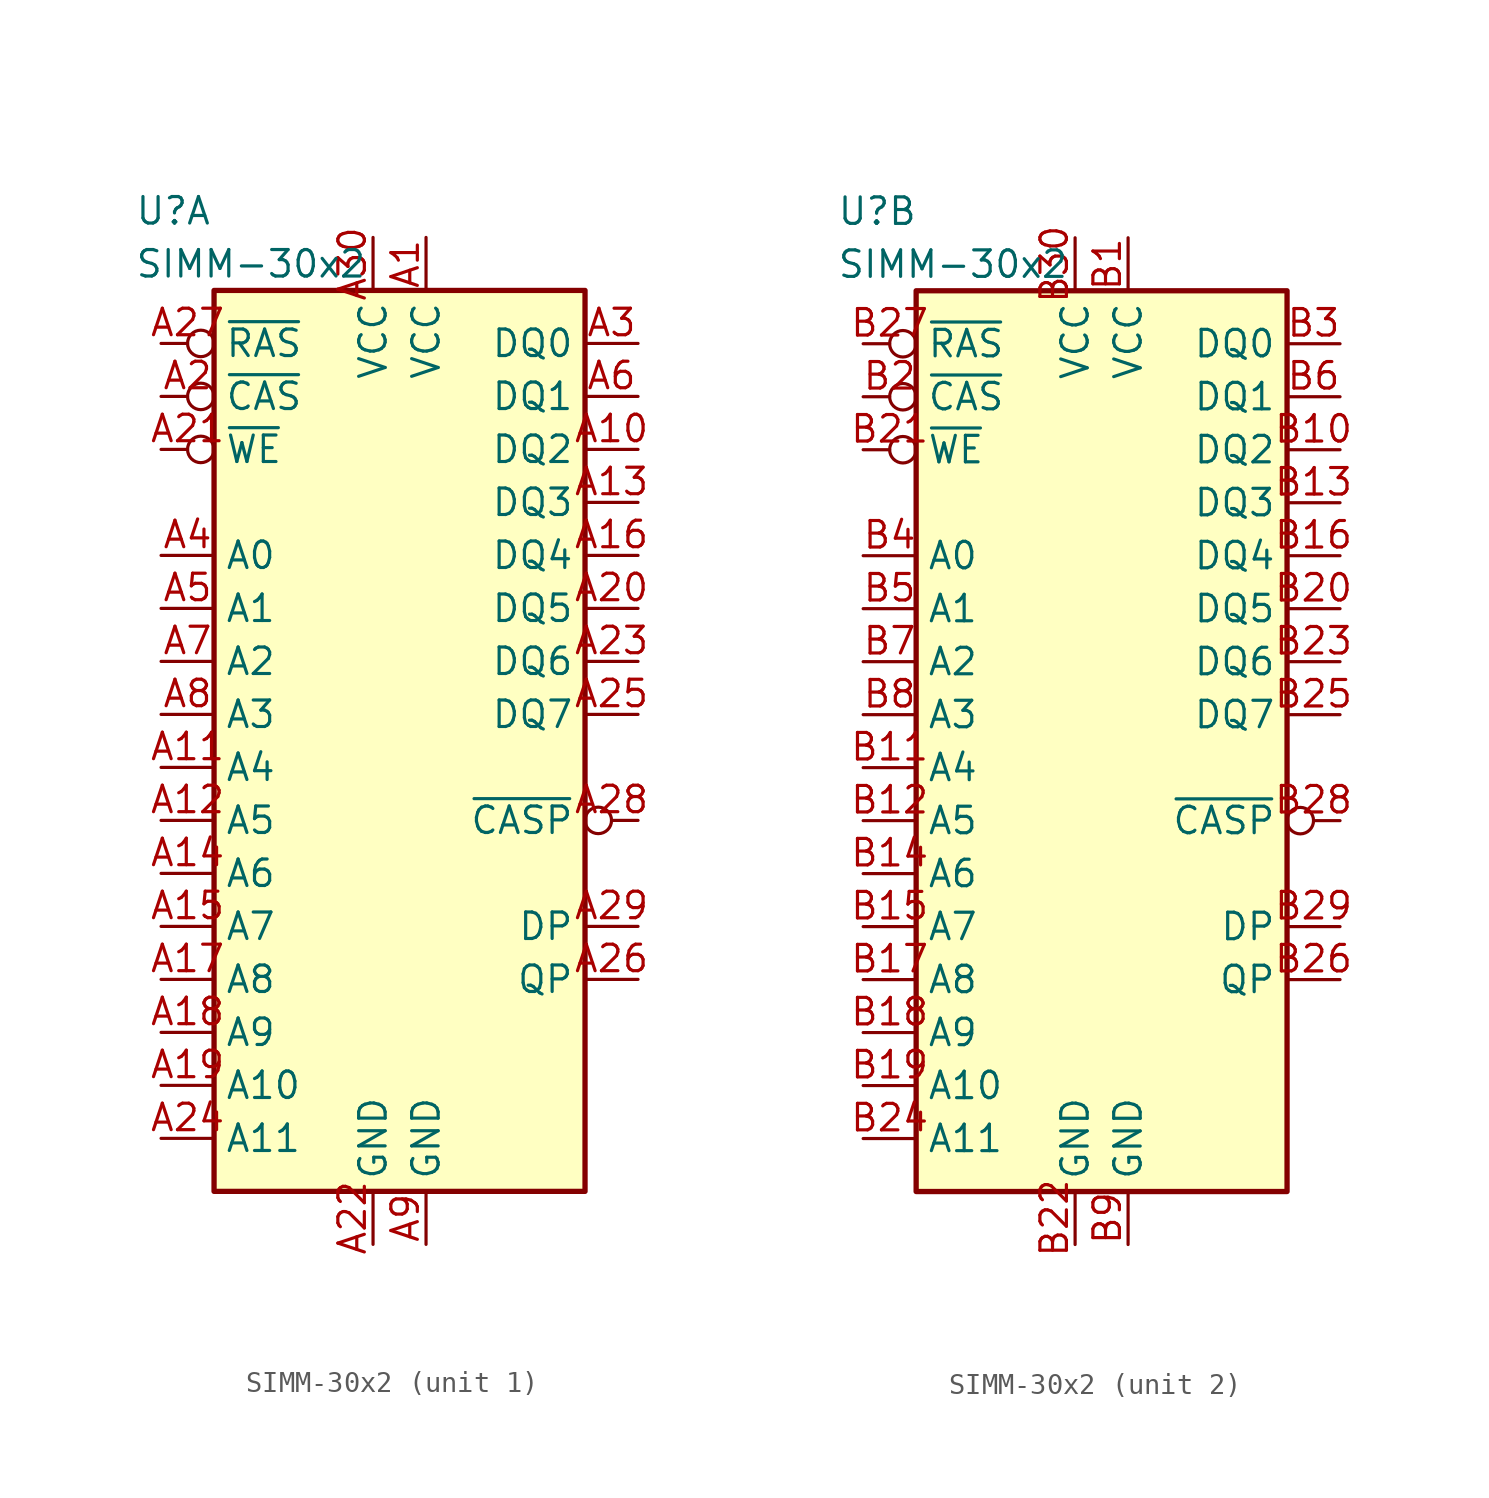
<source format=kicad_sym>
(kicad_symbol_lib
  (version 20220914)
  (generator kicad_symbol_editor)
  (symbol "SIMM-30x2"
    (property "Reference" "U"
      (at -11.43 24.13 0)
      (effects (font (size 1.27 1.27)) (justify left)))
    (property "Value" "SIMM-30x2"
      (at -11.43 21.59 0)
      (effects (font (size 1.27 1.27)) (justify left)))
    (symbol "SIMM-30x2_0_1"
      (rectangle (start -7.62 20.32) (end 10.16 -22.86) (stroke (width 0.254) (type default)) (fill (type background))))
    (symbol "SIMM-30x2_1_0"
      (pin power_in line (at 2.54 22.86 270) (length 2.54) (name "VCC" (effects (font (size 1.27 1.27)))) (number "A1" (effects (font (size 1.27 1.27)))))
      (pin bidirectional line (at 12.7 12.7 180) (length 2.54) (name "DQ2" (effects (font (size 1.27 1.27)))) (number "A10" (effects (font (size 1.27 1.27)))))
      (pin input line (at -10.16 -2.54 0) (length 2.54) (name "A4" (effects (font (size 1.27 1.27)))) (number "A11" (effects (font (size 1.27 1.27)))))
      (pin input line (at -10.16 -5.08 0) (length 2.54) (name "A5" (effects (font (size 1.27 1.27)))) (number "A12" (effects (font (size 1.27 1.27)))))
      (pin bidirectional line (at 12.7 10.16 180) (length 2.54) (name "DQ3" (effects (font (size 1.27 1.27)))) (number "A13" (effects (font (size 1.27 1.27)))))
      (pin input line (at -10.16 -7.62 0) (length 2.54) (name "A6" (effects (font (size 1.27 1.27)))) (number "A14" (effects (font (size 1.27 1.27)))))
      (pin input line (at -10.16 -10.16 0) (length 2.54) (name "A7" (effects (font (size 1.27 1.27)))) (number "A15" (effects (font (size 1.27 1.27)))))
      (pin bidirectional line (at 12.7 7.62 180) (length 2.54) (name "DQ4" (effects (font (size 1.27 1.27)))) (number "A16" (effects (font (size 1.27 1.27)))))
      (pin input line (at -10.16 -12.7 0) (length 2.54) (name "A8" (effects (font (size 1.27 1.27)))) (number "A17" (effects (font (size 1.27 1.27)))))
      (pin input line (at -10.16 -15.24 0) (length 2.54) (name "A9" (effects (font (size 1.27 1.27)))) (number "A18" (effects (font (size 1.27 1.27)))))
      (pin input line (at -10.16 -17.78 0) (length 2.54) (name "A10" (effects (font (size 1.27 1.27)))) (number "A19" (effects (font (size 1.27 1.27)))))
      (pin input inverted (at -10.16 15.24 0) (length 2.54) (name "~{CAS}" (effects (font (size 1.27 1.27)))) (number "A2" (effects (font (size 1.27 1.27)))))
      (pin bidirectional line (at 12.7 5.08 180) (length 2.54) (name "DQ5" (effects (font (size 1.27 1.27)))) (number "A20" (effects (font (size 1.27 1.27)))))
      (pin input inverted (at -10.16 12.7 0) (length 2.54) (name "~{WE}" (effects (font (size 1.27 1.27)))) (number "A21" (effects (font (size 1.27 1.27)))))
      (pin power_in line (at 0 -25.4 90) (length 2.54) (name "GND" (effects (font (size 1.27 1.27)))) (number "A22" (effects (font (size 1.27 1.27)))))
      (pin bidirectional line (at 12.7 2.54 180) (length 2.54) (name "DQ6" (effects (font (size 1.27 1.27)))) (number "A23" (effects (font (size 1.27 1.27)))))
      (pin input line (at -10.16 -20.32 0) (length 2.54) (name "A11" (effects (font (size 1.27 1.27)))) (number "A24" (effects (font (size 1.27 1.27)))))
      (pin bidirectional line (at 12.7 0 180) (length 2.54) (name "DQ7" (effects (font (size 1.27 1.27)))) (number "A25" (effects (font (size 1.27 1.27)))))
      (pin output line (at 12.7 -12.7 180) (length 2.54) (name "QP" (effects (font (size 1.27 1.27)))) (number "A26" (effects (font (size 1.27 1.27)))))
      (pin input inverted (at -10.16 17.78 0) (length 2.54) (name "~{RAS}" (effects (font (size 1.27 1.27)))) (number "A27" (effects (font (size 1.27 1.27)))))
      (pin input inverted (at 12.7 -5.08 180) (length 2.54) (name "~{CASP}" (effects (font (size 1.27 1.27)))) (number "A28" (effects (font (size 1.27 1.27)))))
      (pin input line (at 12.7 -10.16 180) (length 2.54) (name "DP" (effects (font (size 1.27 1.27)))) (number "A29" (effects (font (size 1.27 1.27)))))
      (pin bidirectional line (at 12.7 17.78 180) (length 2.54) (name "DQ0" (effects (font (size 1.27 1.27)))) (number "A3" (effects (font (size 1.27 1.27)))))
      (pin power_in line (at 0 22.86 270) (length 2.54) (name "VCC" (effects (font (size 1.27 1.27)))) (number "A30" (effects (font (size 1.27 1.27)))))
      (pin input line (at -10.16 7.62 0) (length 2.54) (name "A0" (effects (font (size 1.27 1.27)))) (number "A4" (effects (font (size 1.27 1.27)))))
      (pin input line (at -10.16 5.08 0) (length 2.54) (name "A1" (effects (font (size 1.27 1.27)))) (number "A5" (effects (font (size 1.27 1.27)))))
      (pin bidirectional line (at 12.7 15.24 180) (length 2.54) (name "DQ1" (effects (font (size 1.27 1.27)))) (number "A6" (effects (font (size 1.27 1.27)))))
      (pin input line (at -10.16 2.54 0) (length 2.54) (name "A2" (effects (font (size 1.27 1.27)))) (number "A7" (effects (font (size 1.27 1.27)))))
      (pin input line (at -10.16 0 0) (length 2.54) (name "A3" (effects (font (size 1.27 1.27)))) (number "A8" (effects (font (size 1.27 1.27)))))
      (pin power_in line (at 2.54 -25.4 90) (length 2.54) (name "GND" (effects (font (size 1.27 1.27)))) (number "A9" (effects (font (size 1.27 1.27))))))
    (symbol "SIMM-30x2_2_0"
      (pin power_in line (at 2.54 22.86 270) (length 2.54) (name "VCC" (effects (font (size 1.27 1.27)))) (number "B1" (effects (font (size 1.27 1.27)))))
      (pin bidirectional line (at 12.7 12.7 180) (length 2.54) (name "DQ2" (effects (font (size 1.27 1.27)))) (number "B10" (effects (font (size 1.27 1.27)))))
      (pin input line (at -10.16 -2.54 0) (length 2.54) (name "A4" (effects (font (size 1.27 1.27)))) (number "B11" (effects (font (size 1.27 1.27)))))
      (pin input line (at -10.16 -5.08 0) (length 2.54) (name "A5" (effects (font (size 1.27 1.27)))) (number "B12" (effects (font (size 1.27 1.27)))))
      (pin bidirectional line (at 12.7 10.16 180) (length 2.54) (name "DQ3" (effects (font (size 1.27 1.27)))) (number "B13" (effects (font (size 1.27 1.27)))))
      (pin input line (at -10.16 -7.62 0) (length 2.54) (name "A6" (effects (font (size 1.27 1.27)))) (number "B14" (effects (font (size 1.27 1.27)))))
      (pin input line (at -10.16 -10.16 0) (length 2.54) (name "A7" (effects (font (size 1.27 1.27)))) (number "B15" (effects (font (size 1.27 1.27)))))
      (pin bidirectional line (at 12.7 7.62 180) (length 2.54) (name "DQ4" (effects (font (size 1.27 1.27)))) (number "B16" (effects (font (size 1.27 1.27)))))
      (pin input line (at -10.16 -12.7 0) (length 2.54) (name "A8" (effects (font (size 1.27 1.27)))) (number "B17" (effects (font (size 1.27 1.27)))))
      (pin input line (at -10.16 -15.24 0) (length 2.54) (name "A9" (effects (font (size 1.27 1.27)))) (number "B18" (effects (font (size 1.27 1.27)))))
      (pin input line (at -10.16 -17.78 0) (length 2.54) (name "A10" (effects (font (size 1.27 1.27)))) (number "B19" (effects (font (size 1.27 1.27)))))
      (pin input inverted (at -10.16 15.24 0) (length 2.54) (name "~{CAS}" (effects (font (size 1.27 1.27)))) (number "B2" (effects (font (size 1.27 1.27)))))
      (pin bidirectional line (at 12.7 5.08 180) (length 2.54) (name "DQ5" (effects (font (size 1.27 1.27)))) (number "B20" (effects (font (size 1.27 1.27)))))
      (pin input inverted (at -10.16 12.7 0) (length 2.54) (name "~{WE}" (effects (font (size 1.27 1.27)))) (number "B21" (effects (font (size 1.27 1.27)))))
      (pin power_in line (at 0 -25.4 90) (length 2.54) (name "GND" (effects (font (size 1.27 1.27)))) (number "B22" (effects (font (size 1.27 1.27)))))
      (pin bidirectional line (at 12.7 2.54 180) (length 2.54) (name "DQ6" (effects (font (size 1.27 1.27)))) (number "B23" (effects (font (size 1.27 1.27)))))
      (pin input line (at -10.16 -20.32 0) (length 2.54) (name "A11" (effects (font (size 1.27 1.27)))) (number "B24" (effects (font (size 1.27 1.27)))))
      (pin bidirectional line (at 12.7 0 180) (length 2.54) (name "DQ7" (effects (font (size 1.27 1.27)))) (number "B25" (effects (font (size 1.27 1.27)))))
      (pin output line (at 12.7 -12.7 180) (length 2.54) (name "QP" (effects (font (size 1.27 1.27)))) (number "B26" (effects (font (size 1.27 1.27)))))
      (pin input inverted (at -10.16 17.78 0) (length 2.54) (name "~{RAS}" (effects (font (size 1.27 1.27)))) (number "B27" (effects (font (size 1.27 1.27)))))
      (pin input inverted (at 12.7 -5.08 180) (length 2.54) (name "~{CASP}" (effects (font (size 1.27 1.27)))) (number "B28" (effects (font (size 1.27 1.27)))))
      (pin input line (at 12.7 -10.16 180) (length 2.54) (name "DP" (effects (font (size 1.27 1.27)))) (number "B29" (effects (font (size 1.27 1.27)))))
      (pin bidirectional line (at 12.7 17.78 180) (length 2.54) (name "DQ0" (effects (font (size 1.27 1.27)))) (number "B3" (effects (font (size 1.27 1.27)))))
      (pin power_in line (at 0 22.86 270) (length 2.54) (name "VCC" (effects (font (size 1.27 1.27)))) (number "B30" (effects (font (size 1.27 1.27)))))
      (pin input line (at -10.16 7.62 0) (length 2.54) (name "A0" (effects (font (size 1.27 1.27)))) (number "B4" (effects (font (size 1.27 1.27)))))
      (pin input line (at -10.16 5.08 0) (length 2.54) (name "A1" (effects (font (size 1.27 1.27)))) (number "B5" (effects (font (size 1.27 1.27)))))
      (pin bidirectional line (at 12.7 15.24 180) (length 2.54) (name "DQ1" (effects (font (size 1.27 1.27)))) (number "B6" (effects (font (size 1.27 1.27)))))
      (pin input line (at -10.16 2.54 0) (length 2.54) (name "A2" (effects (font (size 1.27 1.27)))) (number "B7" (effects (font (size 1.27 1.27)))))
      (pin input line (at -10.16 0 0) (length 2.54) (name "A3" (effects (font (size 1.27 1.27)))) (number "B8" (effects (font (size 1.27 1.27)))))
      (pin power_in line (at 2.54 -25.4 90) (length 2.54) (name "GND" (effects (font (size 1.27 1.27)))) (number "B9" (effects (font (size 1.27 1.27))))))))
</source>
